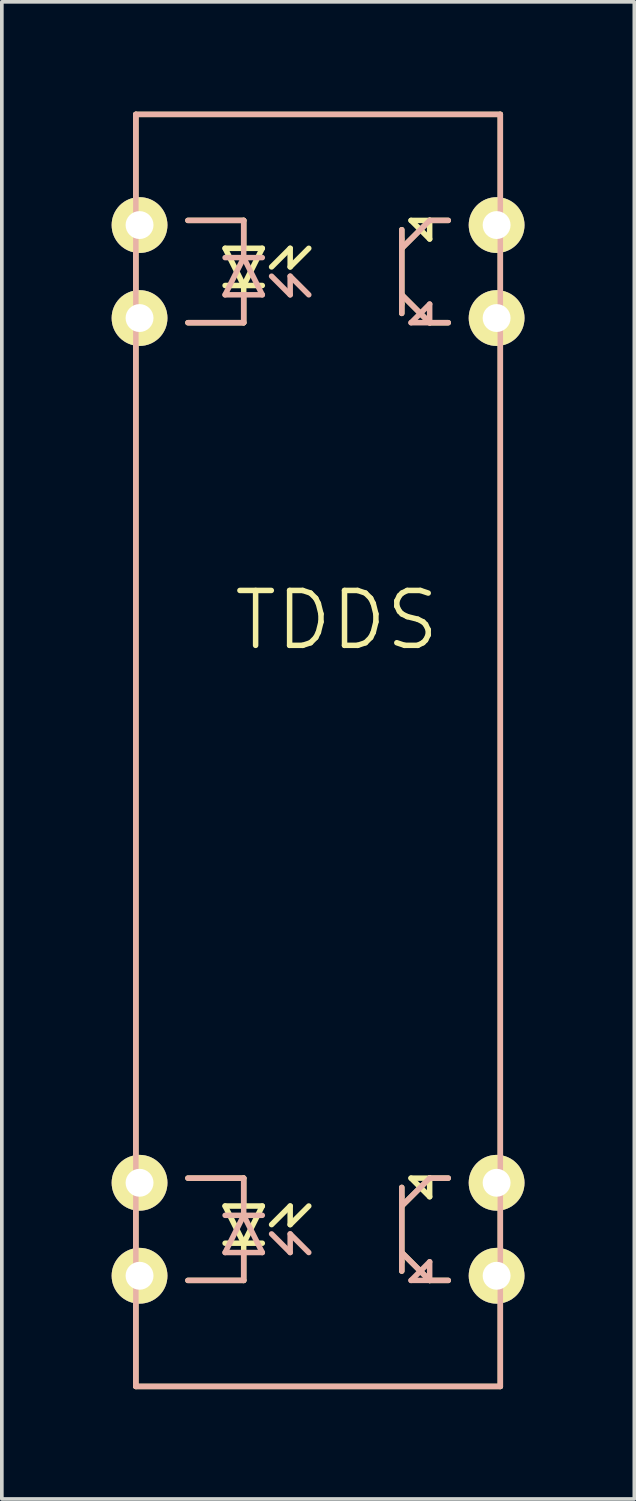
<source format=kicad_pcb>
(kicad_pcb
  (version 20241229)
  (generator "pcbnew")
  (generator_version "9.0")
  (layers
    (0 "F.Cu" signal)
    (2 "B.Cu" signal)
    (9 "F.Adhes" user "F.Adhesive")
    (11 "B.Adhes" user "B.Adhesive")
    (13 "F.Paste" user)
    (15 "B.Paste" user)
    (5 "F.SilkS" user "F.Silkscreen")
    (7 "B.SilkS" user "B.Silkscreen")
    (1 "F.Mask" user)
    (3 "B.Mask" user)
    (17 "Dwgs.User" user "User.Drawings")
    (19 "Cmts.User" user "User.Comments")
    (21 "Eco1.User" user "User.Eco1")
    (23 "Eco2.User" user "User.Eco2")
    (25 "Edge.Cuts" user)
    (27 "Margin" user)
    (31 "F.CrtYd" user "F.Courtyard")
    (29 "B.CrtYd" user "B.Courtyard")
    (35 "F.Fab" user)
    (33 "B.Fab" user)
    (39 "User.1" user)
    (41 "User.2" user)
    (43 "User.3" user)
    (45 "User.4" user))
  (footprint "TDDS"
    (layer "F.Cu")
    (at 5.639 17.449)
    (property "Reference" "TDDS" (at 0.508 -3.556 0) (layer "F.SilkS") (effects (font (size 1.5 1.5) (thickness 0.15))))
    (attr through_hole)
    (fp_line (start -4.978 -17.374) (end -4.978 17.374) (stroke (width 0.15) (type solid)) (layer "F.SilkS"))
    (fp_line (start -4.978 -17.374) (end 4.978 -17.374) (stroke (width 0.15) (type solid)) (layer "F.SilkS"))
    (fp_line (start -4.978 17.374) (end 4.978 17.374) (stroke (width 0.15) (type solid)) (layer "F.SilkS"))
    (fp_line (start -3.556 -14.478) (end -2.032 -14.478) (stroke (width 0.15) (type solid)) (layer "F.SilkS"))
    (fp_line (start -3.556 11.684) (end -2.032 11.684) (stroke (width 0.15) (type solid)) (layer "F.SilkS"))
    (fp_line (start -2.54 -13.716) (end -2.032 -12.7) (stroke (width 0.15) (type solid)) (layer "F.SilkS"))
    (fp_line (start -2.54 -12.7) (end -1.524 -12.7) (stroke (width 0.15) (type solid)) (layer "F.SilkS"))
    (fp_line (start -2.54 12.446) (end -2.032 13.462) (stroke (width 0.15) (type solid)) (layer "F.SilkS"))
    (fp_line (start -2.54 13.462) (end -1.524 13.462) (stroke (width 0.15) (type solid)) (layer "F.SilkS"))
    (fp_line (start -2.032 -14.478) (end -2.032 -13.716) (stroke (width 0.15) (type solid)) (layer "F.SilkS"))
    (fp_line (start -2.032 -13.716) (end -2.54 -13.716) (stroke (width 0.15) (type solid)) (layer "F.SilkS"))
    (fp_line (start -2.032 -12.7) (end -2.032 -11.684) (stroke (width 0.15) (type solid)) (layer "F.SilkS"))
    (fp_line (start -2.032 -12.7) (end -1.524 -13.716) (stroke (width 0.15) (type solid)) (layer "F.SilkS"))
    (fp_line (start -2.032 -11.684) (end -3.556 -11.684) (stroke (width 0.15) (type solid)) (layer "F.SilkS"))
    (fp_line (start -2.032 11.684) (end -2.032 12.446) (stroke (width 0.15) (type solid)) (layer "F.SilkS"))
    (fp_line (start -2.032 12.446) (end -2.54 12.446) (stroke (width 0.15) (type solid)) (layer "F.SilkS"))
    (fp_line (start -2.032 13.462) (end -2.032 14.478) (stroke (width 0.15) (type solid)) (layer "F.SilkS"))
    (fp_line (start -2.032 13.462) (end -1.524 12.446) (stroke (width 0.15) (type solid)) (layer "F.SilkS"))
    (fp_line (start -2.032 14.478) (end -3.556 14.478) (stroke (width 0.15) (type solid)) (layer "F.SilkS"))
    (fp_line (start -1.524 -13.716) (end -2.032 -13.716) (stroke (width 0.15) (type solid)) (layer "F.SilkS"))
    (fp_line (start -1.524 12.446) (end -2.032 12.446) (stroke (width 0.15) (type solid)) (layer "F.SilkS"))
    (fp_line (start -1.27 -13.208) (end -0.762 -13.716) (stroke (width 0.15) (type solid)) (layer "F.SilkS"))
    (fp_line (start -1.27 12.954) (end -0.762 12.446) (stroke (width 0.15) (type solid)) (layer "F.SilkS"))
    (fp_line (start -0.762 -13.716) (end -0.762 -13.208) (stroke (width 0.15) (type solid)) (layer "F.SilkS"))
    (fp_line (start -0.762 -13.208) (end -0.254 -13.716) (stroke (width 0.15) (type solid)) (layer "F.SilkS"))
    (fp_line (start -0.762 12.446) (end -0.762 12.954) (stroke (width 0.15) (type solid)) (layer "F.SilkS"))
    (fp_line (start -0.762 12.954) (end -0.254 12.446) (stroke (width 0.15) (type solid)) (layer "F.SilkS"))
    (fp_line (start 2.286 -14.224) (end 2.286 -12.192) (stroke (width 0.15) (type solid)) (layer "F.SilkS"))
    (fp_line (start 2.286 -12.192) (end 2.286 -11.938) (stroke (width 0.15) (type solid)) (layer "F.SilkS"))
    (fp_line (start 2.286 11.938) (end 2.286 13.97) (stroke (width 0.15) (type solid)) (layer "F.SilkS"))
    (fp_line (start 2.286 13.97) (end 2.286 14.224) (stroke (width 0.15) (type solid)) (layer "F.SilkS"))
    (fp_line (start 2.54 -14.478) (end 3.048 -14.478) (stroke (width 0.15) (type solid)) (layer "F.SilkS"))
    (fp_line (start 2.54 11.684) (end 3.048 11.684) (stroke (width 0.15) (type solid)) (layer "F.SilkS"))
    (fp_line (start 3.048 -14.478) (end 2.286 -13.716) (stroke (width 0.15) (type solid)) (layer "F.SilkS"))
    (fp_line (start 3.048 -14.478) (end 3.048 -13.97) (stroke (width 0.15) (type solid)) (layer "F.SilkS"))
    (fp_line (start 3.048 -13.97) (end 2.54 -14.478) (stroke (width 0.15) (type solid)) (layer "F.SilkS"))
    (fp_line (start 3.048 -11.684) (end 2.286 -12.446) (stroke (width 0.15) (type solid)) (layer "F.SilkS"))
    (fp_line (start 3.048 11.684) (end 2.286 12.446) (stroke (width 0.15) (type solid)) (layer "F.SilkS"))
    (fp_line (start 3.048 11.684) (end 3.048 12.192) (stroke (width 0.15) (type solid)) (layer "F.SilkS"))
    (fp_line (start 3.048 12.192) (end 2.54 11.684) (stroke (width 0.15) (type solid)) (layer "F.SilkS"))
    (fp_line (start 3.048 14.478) (end 2.286 13.716) (stroke (width 0.15) (type solid)) (layer "F.SilkS"))
    (fp_line (start 3.556 -14.478) (end 3.048 -14.478) (stroke (width 0.15) (type solid)) (layer "F.SilkS"))
    (fp_line (start 3.556 -11.684) (end 3.048 -11.684) (stroke (width 0.15) (type solid)) (layer "F.SilkS"))
    (fp_line (start 3.556 11.684) (end 3.048 11.684) (stroke (width 0.15) (type solid)) (layer "F.SilkS"))
    (fp_line (start 3.556 14.478) (end 3.048 14.478) (stroke (width 0.15) (type solid)) (layer "F.SilkS"))
    (fp_line (start 4.978 17.374) (end 4.978 -17.374) (stroke (width 0.15) (type solid)) (layer "F.SilkS"))
    (fp_line (start -4.978 -17.374) (end 4.978 -17.374) (stroke (width 0.15) (type solid)) (layer "B.SilkS"))
    (fp_line (start -4.978 17.374) (end -4.978 -17.374) (stroke (width 0.15) (type solid)) (layer "B.SilkS"))
    (fp_line (start -4.978 17.374) (end 4.978 17.374) (stroke (width 0.15) (type solid)) (layer "B.SilkS"))
    (fp_line (start -3.556 -11.684) (end -2.032 -11.684) (stroke (width 0.15) (type solid)) (layer "B.SilkS"))
    (fp_line (start -3.556 14.478) (end -2.032 14.478) (stroke (width 0.15) (type solid)) (layer "B.SilkS"))
    (fp_line (start -2.54 -13.462) (end -1.524 -13.462) (stroke (width 0.15) (type solid)) (layer "B.SilkS"))
    (fp_line (start -2.54 -12.446) (end -2.032 -13.462) (stroke (width 0.15) (type solid)) (layer "B.SilkS"))
    (fp_line (start -2.54 12.7) (end -1.524 12.7) (stroke (width 0.15) (type solid)) (layer "B.SilkS"))
    (fp_line (start -2.54 13.716) (end -2.032 12.7) (stroke (width 0.15) (type solid)) (layer "B.SilkS"))
    (fp_line (start -2.032 -14.478) (end -3.556 -14.478) (stroke (width 0.15) (type solid)) (layer "B.SilkS"))
    (fp_line (start -2.032 -13.462) (end -2.032 -14.478) (stroke (width 0.15) (type solid)) (layer "B.SilkS"))
    (fp_line (start -2.032 -13.462) (end -1.524 -12.446) (stroke (width 0.15) (type solid)) (layer "B.SilkS"))
    (fp_line (start -2.032 -12.446) (end -2.54 -12.446) (stroke (width 0.15) (type solid)) (layer "B.SilkS"))
    (fp_line (start -2.032 -11.684) (end -2.032 -12.446) (stroke (width 0.15) (type solid)) (layer "B.SilkS"))
    (fp_line (start -2.032 11.684) (end -3.556 11.684) (stroke (width 0.15) (type solid)) (layer "B.SilkS"))
    (fp_line (start -2.032 12.7) (end -2.032 11.684) (stroke (width 0.15) (type solid)) (layer "B.SilkS"))
    (fp_line (start -2.032 12.7) (end -1.524 13.716) (stroke (width 0.15) (type solid)) (layer "B.SilkS"))
    (fp_line (start -2.032 13.716) (end -2.54 13.716) (stroke (width 0.15) (type solid)) (layer "B.SilkS"))
    (fp_line (start -2.032 14.478) (end -2.032 13.716) (stroke (width 0.15) (type solid)) (layer "B.SilkS"))
    (fp_line (start -1.524 -12.446) (end -2.032 -12.446) (stroke (width 0.15) (type solid)) (layer "B.SilkS"))
    (fp_line (start -1.524 13.716) (end -2.032 13.716) (stroke (width 0.15) (type solid)) (layer "B.SilkS"))
    (fp_line (start -1.27 -12.954) (end -0.762 -12.446) (stroke (width 0.15) (type solid)) (layer "B.SilkS"))
    (fp_line (start -1.27 13.208) (end -0.762 13.716) (stroke (width 0.15) (type solid)) (layer "B.SilkS"))
    (fp_line (start -0.762 -12.954) (end -0.254 -12.446) (stroke (width 0.15) (type solid)) (layer "B.SilkS"))
    (fp_line (start -0.762 -12.446) (end -0.762 -12.954) (stroke (width 0.15) (type solid)) (layer "B.SilkS"))
    (fp_line (start -0.762 13.208) (end -0.254 13.716) (stroke (width 0.15) (type solid)) (layer "B.SilkS"))
    (fp_line (start -0.762 13.716) (end -0.762 13.208) (stroke (width 0.15) (type solid)) (layer "B.SilkS"))
    (fp_line (start 2.286 -13.97) (end 2.286 -14.224) (stroke (width 0.15) (type solid)) (layer "B.SilkS"))
    (fp_line (start 2.286 -11.938) (end 2.286 -13.97) (stroke (width 0.15) (type solid)) (layer "B.SilkS"))
    (fp_line (start 2.286 12.192) (end 2.286 11.938) (stroke (width 0.15) (type solid)) (layer "B.SilkS"))
    (fp_line (start 2.286 14.224) (end 2.286 12.192) (stroke (width 0.15) (type solid)) (layer "B.SilkS"))
    (fp_line (start 2.54 -11.684) (end 3.048 -11.684) (stroke (width 0.15) (type solid)) (layer "B.SilkS"))
    (fp_line (start 2.54 14.478) (end 3.048 14.478) (stroke (width 0.15) (type solid)) (layer "B.SilkS"))
    (fp_line (start 3.048 -14.478) (end 2.286 -13.716) (stroke (width 0.15) (type solid)) (layer "B.SilkS"))
    (fp_line (start 3.048 -12.192) (end 2.54 -11.684) (stroke (width 0.15) (type solid)) (layer "B.SilkS"))
    (fp_line (start 3.048 -11.684) (end 2.286 -12.446) (stroke (width 0.15) (type solid)) (layer "B.SilkS"))
    (fp_line (start 3.048 -11.684) (end 3.048 -12.192) (stroke (width 0.15) (type solid)) (layer "B.SilkS"))
    (fp_line (start 3.048 11.684) (end 2.286 12.446) (stroke (width 0.15) (type solid)) (layer "B.SilkS"))
    (fp_line (start 3.048 13.97) (end 2.54 14.478) (stroke (width 0.15) (type solid)) (layer "B.SilkS"))
    (fp_line (start 3.048 14.478) (end 2.286 13.716) (stroke (width 0.15) (type solid)) (layer "B.SilkS"))
    (fp_line (start 3.048 14.478) (end 3.048 13.97) (stroke (width 0.15) (type solid)) (layer "B.SilkS"))
    (fp_line (start 3.556 -14.478) (end 3.048 -14.478) (stroke (width 0.15) (type solid)) (layer "B.SilkS"))
    (fp_line (start 3.556 -11.684) (end 3.048 -11.684) (stroke (width 0.15) (type solid)) (layer "B.SilkS"))
    (fp_line (start 3.556 11.684) (end 3.048 11.684) (stroke (width 0.15) (type solid)) (layer "B.SilkS"))
    (fp_line (start 3.556 14.478) (end 3.048 14.478) (stroke (width 0.15) (type solid)) (layer "B.SilkS"))
    (fp_line (start 4.978 -17.374) (end 4.978 17.374) (stroke (width 0.15) (type solid)) (layer "B.SilkS"))
    (pad "1" thru_hole circle (at -4.877 -14.351) (size 1.524 1.524) (drill 0.762) (layers "*.Cu" "*.Mask" "F.SilkS"))
    (pad "2" thru_hole circle (at -4.877 -11.811) (size 1.524 1.524) (drill 0.762) (layers "*.Cu" "*.Mask" "F.SilkS"))
    (pad "3" thru_hole circle (at -4.877 11.811) (size 1.524 1.524) (drill 0.762) (layers "*.Cu" "*.Mask" "F.SilkS"))
    (pad "4" thru_hole circle (at -4.877 14.351) (size 1.524 1.524) (drill 0.762) (layers "*.Cu" "*.Mask" "F.SilkS"))
    (pad "5" thru_hole circle (at 4.877 11.811) (size 1.524 1.524) (drill 0.762) (layers "*.Cu" "*.Mask" "F.SilkS"))
    (pad "6" thru_hole circle (at 4.877 14.351) (size 1.524 1.524) (drill 0.762) (layers "*.Cu" "*.Mask" "F.SilkS"))
    (pad "7" thru_hole circle (at 4.877 -14.351) (size 1.524 1.524) (drill 0.762) (layers "*.Cu" "*.Mask" "F.SilkS"))
    (pad "8" thru_hole circle (at 4.877 -11.811) (size 1.524 1.524) (drill 0.762) (layers "*.Cu" "*.Mask" "F.SilkS")))
  (gr_rect
    (start -3 -3)
    (end 14.278 37.897)
    (stroke (width 0.1) (type default))
    (fill no)
    (layer "Edge.Cuts")))
</source>
